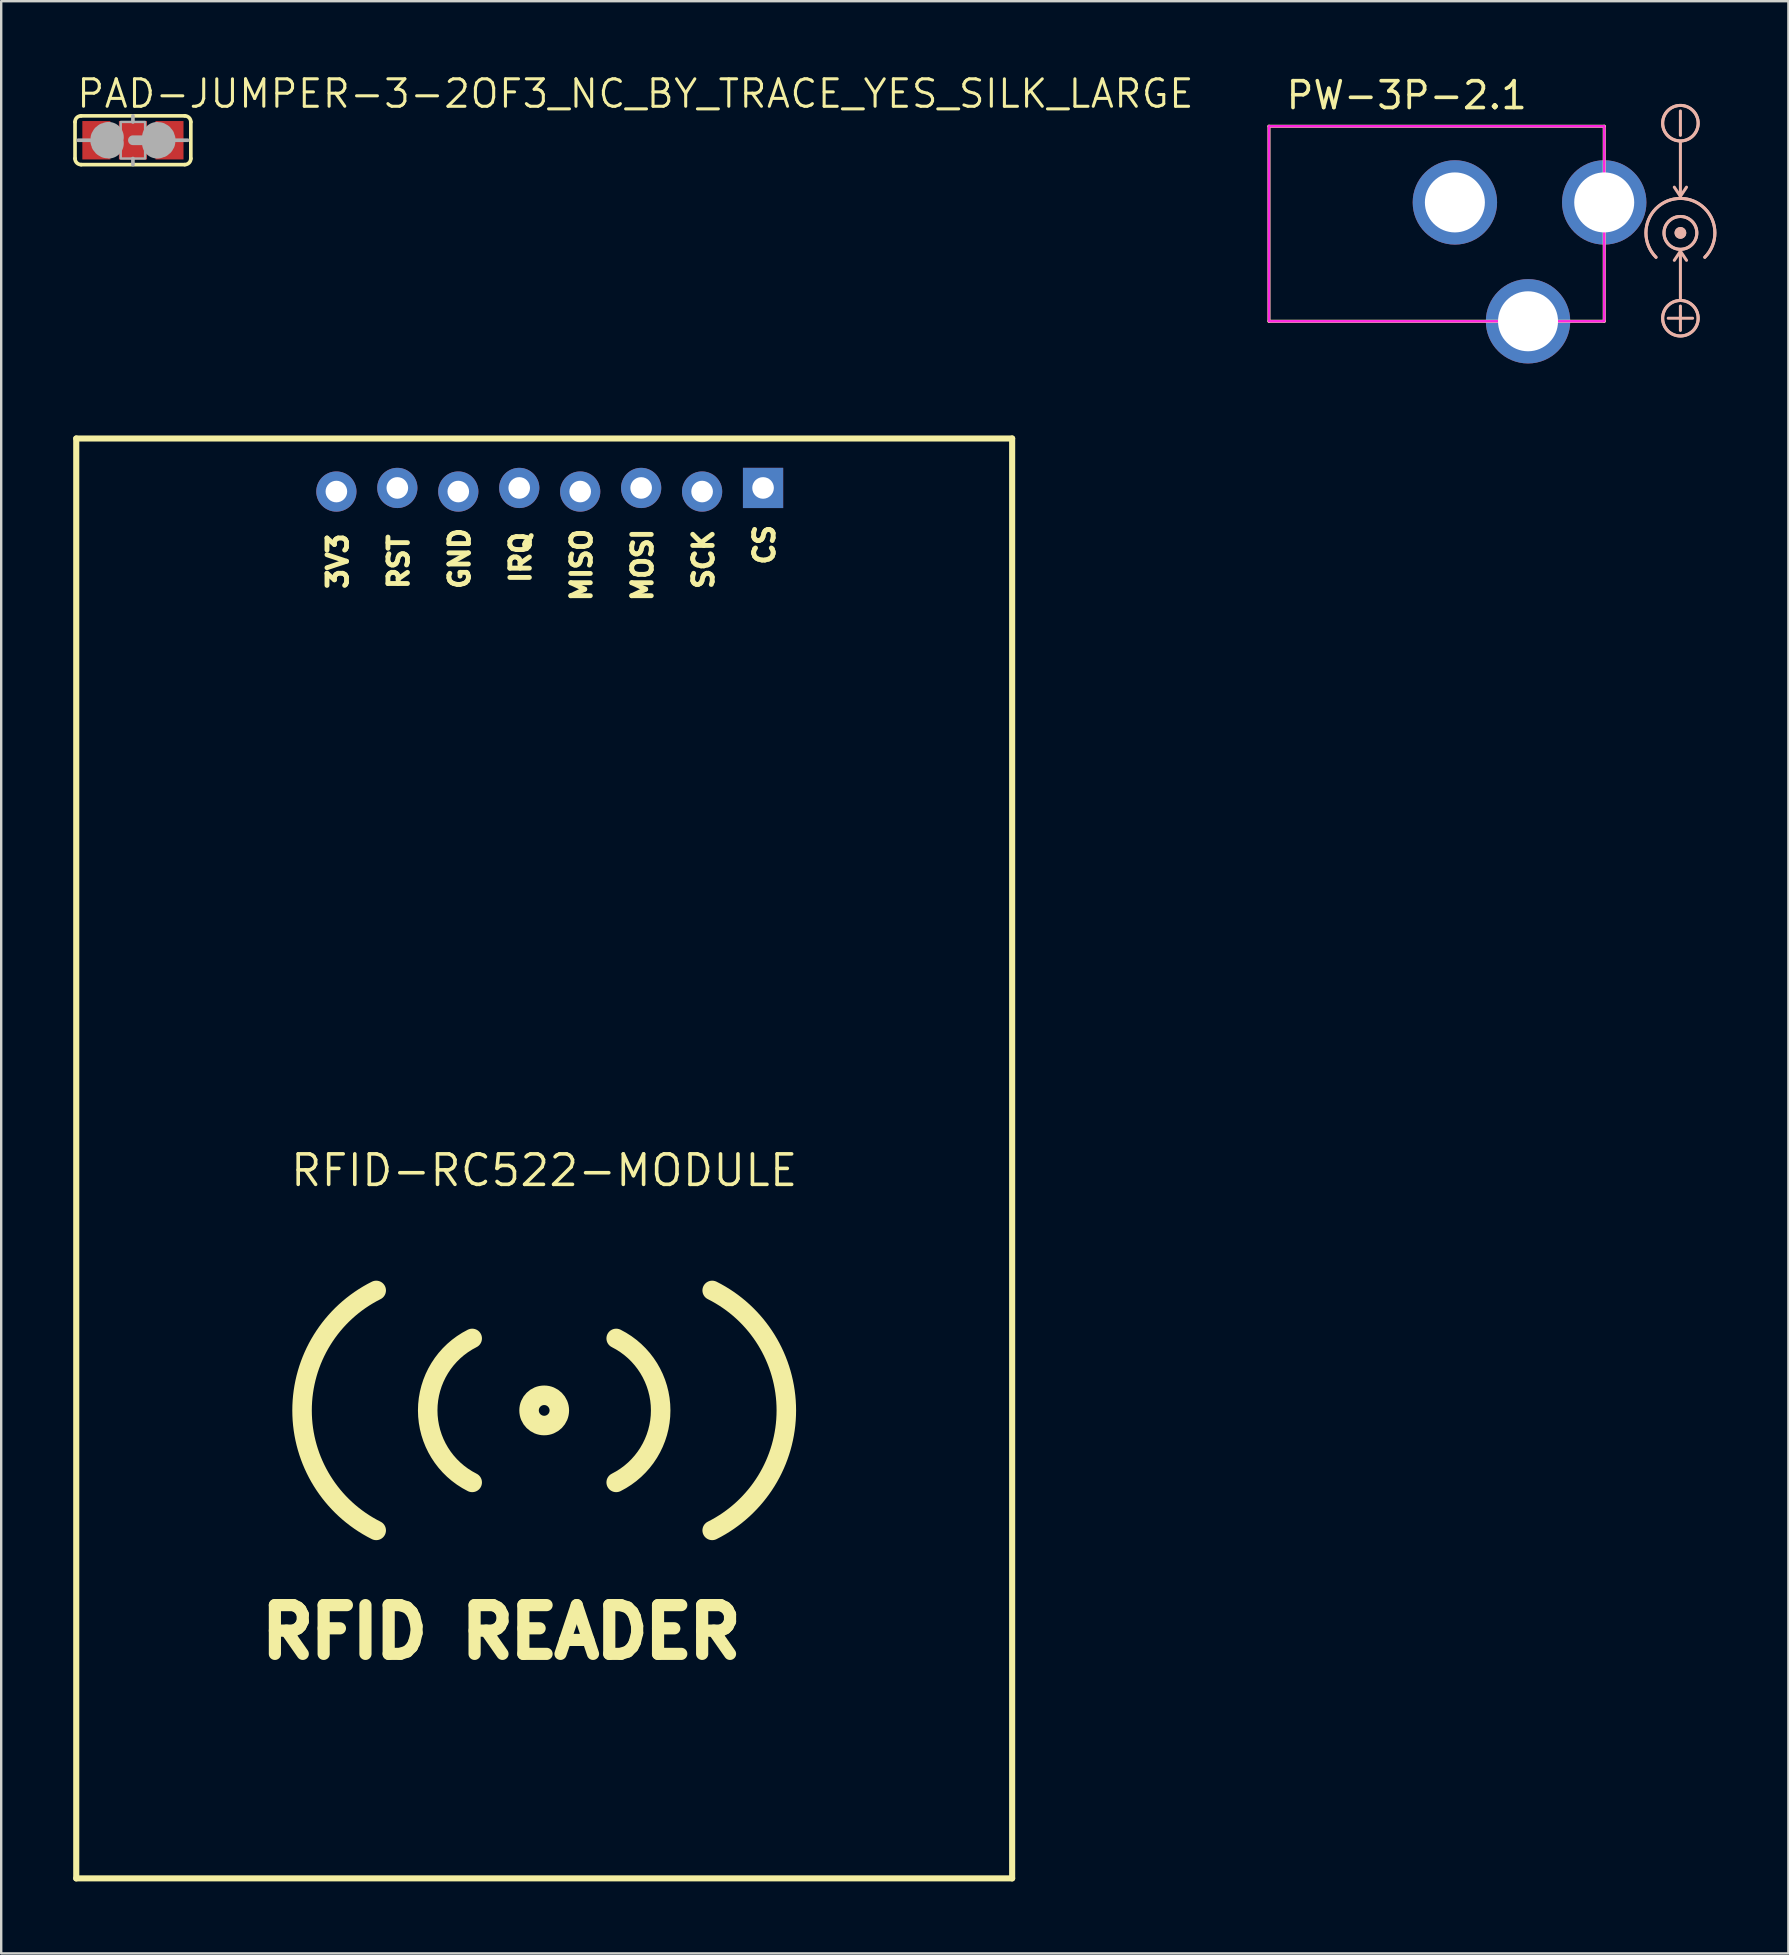
<source format=kicad_pcb>
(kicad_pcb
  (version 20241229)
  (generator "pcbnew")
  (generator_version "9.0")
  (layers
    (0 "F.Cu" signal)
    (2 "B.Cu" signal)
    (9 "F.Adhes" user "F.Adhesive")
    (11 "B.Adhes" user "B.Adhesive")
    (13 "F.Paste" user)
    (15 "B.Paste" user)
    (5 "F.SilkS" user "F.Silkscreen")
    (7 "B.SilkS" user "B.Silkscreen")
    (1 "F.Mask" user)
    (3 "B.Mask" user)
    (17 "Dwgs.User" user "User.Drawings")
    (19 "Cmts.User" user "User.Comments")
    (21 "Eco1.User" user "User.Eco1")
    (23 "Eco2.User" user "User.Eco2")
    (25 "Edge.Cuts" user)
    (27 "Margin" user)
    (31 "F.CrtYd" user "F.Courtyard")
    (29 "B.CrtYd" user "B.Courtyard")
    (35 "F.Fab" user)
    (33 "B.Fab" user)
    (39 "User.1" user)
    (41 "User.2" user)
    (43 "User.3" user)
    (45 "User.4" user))
  (footprint "PW-3P-2.1"
    (layer "F.Cu")
    (at 56.814 6.274)
    (property "Reference" "PW-3P-2.1" (at -6.35 -4.699 0) (unlocked yes) (layer "F.SilkS") (effects (font (size 1.118 1.118) (thickness 0.152)) (justify left bottom)))
    (fp_line (start -6.985 -4.064) (end 6.985 -4.064) (stroke (width 0.127) (type solid)) (layer "F.SilkS"))
    (fp_line (start -6.985 4.064) (end -6.985 -4.064) (stroke (width 0.127) (type solid)) (layer "F.SilkS"))
    (fp_line (start 6.985 -4.064) (end 6.985 4.064) (stroke (width 0.127) (type solid)) (layer "F.SilkS"))
    (fp_line (start 6.985 4.064) (end -6.985 4.064) (stroke (width 0.127) (type solid)) (layer "F.SilkS"))
    (fp_line (start 9.652 3.937) (end 10.668 3.937) (stroke (width 0.127) (type solid)) (layer "B.SilkS"))
    (fp_line (start 10.033 0.381) (end 10.16 0.508) (stroke (width 0.127) (type solid)) (layer "B.SilkS"))
    (fp_line (start 10.16 -3.683) (end 10.16 -4.699) (stroke (width 0.127) (type solid)) (layer "B.SilkS"))
    (fp_line (start 10.16 -1.143) (end 9.906 -1.524) (stroke (width 0.127) (type solid)) (layer "B.SilkS"))
    (fp_line (start 10.16 -1.143) (end 10.16 -3.429) (stroke (width 0.127) (type solid)) (layer "B.SilkS"))
    (fp_line (start 10.16 -1.143) (end 10.414 -1.524) (stroke (width 0.127) (type solid)) (layer "B.SilkS"))
    (fp_line (start 10.16 0.254) (end 10.033 0.381) (stroke (width 0.127) (type solid)) (layer "B.SilkS"))
    (fp_line (start 10.16 0.508) (end 10.16 0.254) (stroke (width 0.127) (type solid)) (layer "B.SilkS"))
    (fp_line (start 10.16 0.508) (end 10.287 0.381) (stroke (width 0.127) (type solid)) (layer "B.SilkS"))
    (fp_line (start 10.16 1.143) (end 9.906 1.524) (stroke (width 0.127) (type solid)) (layer "B.SilkS"))
    (fp_line (start 10.16 1.143) (end 10.16 3.175) (stroke (width 0.127) (type solid)) (layer "B.SilkS"))
    (fp_line (start 10.16 1.143) (end 10.414 1.524) (stroke (width 0.127) (type solid)) (layer "B.SilkS"))
    (fp_line (start 10.16 4.445) (end 10.16 3.429) (stroke (width 0.127) (type solid)) (layer "B.SilkS"))
    (fp_line (start 10.287 0.381) (end 10.16 0.254) (stroke (width 0.127) (type solid)) (layer "B.SilkS"))
    (fp_arc (start 9.144 1.397) (mid 10.16 -1.055841) (end 11.176 1.397) (stroke (width 0.127) (type solid)) (layer "B.SilkS"))
    (fp_arc (start 9.144 1.397) (mid 10.16 -1.055841) (end 11.176 1.397) (stroke (width 0.127) (type solid)) (layer "B.SilkS"))
    (fp_circle (center 10.16 -4.191) (end 10.9 -4.191) (stroke (width 0.127) (type solid)) (fill no) (layer "B.SilkS"))
    (fp_circle (center 10.16 -4.191) (end 10.9 -4.191) (stroke (width 0.127) (type solid)) (fill no) (layer "B.SilkS"))
    (fp_circle (center 10.16 0.381) (end 10.34 0.381) (stroke (width 0.127) (type solid)) (fill no) (layer "B.SilkS"))
    (fp_circle (center 10.16 0.381) (end 10.34 0.381) (stroke (width 0.127) (type solid)) (fill no) (layer "B.SilkS"))
    (fp_circle (center 10.16 0.381) (end 10.844 0.381) (stroke (width 0.127) (type solid)) (fill no) (layer "B.SilkS"))
    (fp_circle (center 10.16 0.381) (end 10.844 0.381) (stroke (width 0.127) (type solid)) (fill no) (layer "B.SilkS"))
    (fp_circle (center 10.16 3.937) (end 10.9 3.937) (stroke (width 0.127) (type solid)) (fill no) (layer "B.SilkS"))
    (fp_circle (center 10.16 3.937) (end 10.9 3.937) (stroke (width 0.127) (type solid)) (fill no) (layer "B.SilkS"))
    (fp_line (start -6.985 -4.064) (end 6.985 -4.064) (stroke (width 0.05) (type solid)) (layer "F.CrtYd"))
    (fp_poly (pts (xy -6.985 4.064) (xy 6.985 4.064) (xy 6.985 -4.064) (xy -6.985 -4.064)) (stroke (width 0.1) (type default)) (fill no) (layer "F.CrtYd"))
    (pad "+" thru_hole circle (at 6.985 -0.889 90) (size 3.516 3.516) (drill 2.5) (layers "*.Cu" "*.Mask"))
    (pad "-1" thru_hole circle (at 0.762 -0.889 90) (size 3.516 3.516) (drill 2.5) (layers "*.Cu" "*.Mask"))
    (pad "-2" thru_hole circle (at 3.81 4.064 180) (size 3.516 3.516) (drill 2.5) (layers "*.Cu" "*.Mask")))
  (footprint "RFID-RC522-MODULE"
    (layer "F.Cu")
    (at 19.627 45.723)
    (property "Reference" "RFID-RC522-MODULE" (at 0 0 0) (layer "F.SilkS") (effects (font (size 1.27 1.27) (thickness 0.15))))
    (fp_line (start -19.5 -30.5) (end -19.5 29.5) (stroke (width 0.254) (type solid)) (layer "F.SilkS"))
    (fp_line (start -19.5 29.5) (end 19.5 29.5) (stroke (width 0.254) (type solid)) (layer "F.SilkS"))
    (fp_line (start 19.5 -30.5) (end -19.5 -30.5) (stroke (width 0.254) (type solid)) (layer "F.SilkS"))
    (fp_line (start 19.5 29.5) (end 19.5 -30.5) (stroke (width 0.254) (type solid)) (layer "F.SilkS"))
    (fp_arc (start -7 15) (mid -10.09017 10) (end -7 5) (stroke (width 0.8128) (type solid)) (layer "F.SilkS"))
    (fp_arc (start -3 13) (mid -4.854102 10) (end -3 7) (stroke (width 0.8128) (type solid)) (layer "F.SilkS"))
    (fp_arc (start 3 7) (mid 4.854102 10) (end 3 13) (stroke (width 0.8128) (type solid)) (layer "F.SilkS"))
    (fp_arc (start 7 5) (mid 10.09017 10) (end 7 15) (stroke (width 0.8128) (type solid)) (layer "F.SilkS"))
    (fp_circle (center 0 10) (end 0.224 10) (stroke (width 0.813) (type solid)) (fill no) (layer "F.SilkS"))
    (fp_text user "CS" (at 9.652 -25.146 90) (unlocked yes) (layer "F.SilkS") (effects (font (size 0.813 0.813) (thickness 0.203)) (justify left bottom)))
    (fp_text user "SCK" (at 7.112 -24.13 90) (unlocked yes) (layer "F.SilkS") (effects (font (size 0.813 0.813) (thickness 0.203)) (justify left bottom)))
    (fp_text user "GND" (at -3.048 -24.13 90) (unlocked yes) (layer "F.SilkS") (effects (font (size 0.813 0.813) (thickness 0.203)) (justify left bottom)))
    (fp_text user "MOSI" (at 4.572 -23.622 90) (unlocked yes) (layer "F.SilkS") (effects (font (size 0.813 0.813) (thickness 0.203)) (justify left bottom)))
    (fp_text user "MISO" (at 2.032 -23.622 90) (unlocked yes) (layer "F.SilkS") (effects (font (size 0.813 0.813) (thickness 0.203)) (justify left bottom)))
    (fp_text user "3V3" (at -8.128 -24.13 90) (unlocked yes) (layer "F.SilkS") (effects (font (size 0.813 0.813) (thickness 0.203)) (justify left bottom)))
    (fp_text user "IRQ" (at -0.508 -24.384 90) (unlocked yes) (layer "F.SilkS") (effects (font (size 0.813 0.813) (thickness 0.203)) (justify left bottom)))
    (fp_text user "RFID READER" (at -12.04 20.42 0) (unlocked yes) (layer "F.SilkS") (effects (font (size 2.032 2.032) (thickness 0.508)) (justify left bottom)))
    (fp_text user "RST" (at -5.588 -24.13 90) (unlocked yes) (layer "F.SilkS") (effects (font (size 0.813 0.813) (thickness 0.203)) (justify left bottom)))
    (pad "P$1" thru_hole rect (at 9.12 -28.44) (size 1.676 1.676) (drill 0.9) (layers "*.Cu" "*.Mask"))
    (pad "P$2" thru_hole circle (at 6.58 -28.29) (size 1.676 1.676) (drill 0.9) (layers "*.Cu" "*.Mask"))
    (pad "P$3" thru_hole circle (at 4.04 -28.44) (size 1.676 1.676) (drill 0.9) (layers "*.Cu" "*.Mask"))
    (pad "P$4" thru_hole circle (at 1.5 -28.29) (size 1.676 1.676) (drill 0.9) (layers "*.Cu" "*.Mask"))
    (pad "P$5" thru_hole circle (at -1.04 -28.44) (size 1.676 1.676) (drill 0.9) (layers "*.Cu" "*.Mask"))
    (pad "P$6" thru_hole circle (at -3.58 -28.29) (size 1.676 1.676) (drill 0.9) (layers "*.Cu" "*.Mask"))
    (pad "P$7" thru_hole circle (at -6.12 -28.44) (size 1.676 1.676) (drill 0.9) (layers "*.Cu" "*.Mask"))
    (pad "P$8" thru_hole circle (at -8.66 -28.29) (size 1.676 1.676) (drill 0.9) (layers "*.Cu" "*.Mask")))
  (footprint "PAD-JUMPER-3-2OF3_NC_BY_TRACE_YES_SILK_LARGE"
    (layer "F.Cu")
    (at 2.489 2.794)
    (property "Reference" "PAD-JUMPER-3-2OF3_NC_BY_TRACE_YES_SILK_LARGE" (at -2.413 -1.27 0) (unlocked yes) (layer "F.SilkS") (effects (font (size 1.143 1.143) (thickness 0.127)) (justify left bottom)))
    (fp_line (start 0 0) (end 1.27 0) (stroke (width 0.406) (type solid)) (layer "F.Cu"))
    (fp_line (start -2.413 0.762) (end -2.413 -0.762) (stroke (width 0.152) (type solid)) (layer "F.SilkS"))
    (fp_line (start -2.159 -1.016) (end 2.159 -1.016) (stroke (width 0.152) (type solid)) (layer "F.SilkS"))
    (fp_line (start 2.159 1.016) (end -2.159 1.016) (stroke (width 0.152) (type solid)) (layer "F.SilkS"))
    (fp_line (start 2.413 0.762) (end 2.413 -0.762) (stroke (width 0.152) (type solid)) (layer "F.SilkS"))
    (fp_arc (start -2.413 -0.762) (mid -2.338605 -0.941605) (end -2.159 -1.016) (stroke (width 0.1524) (type solid)) (layer "F.SilkS"))
    (fp_arc (start -2.159 1.016) (mid -2.338605 0.941605) (end -2.413 0.762) (stroke (width 0.1524) (type solid)) (layer "F.SilkS"))
    (fp_arc (start 2.159 -1.016) (mid 2.338605 -0.941605) (end 2.413 -0.762) (stroke (width 0.1524) (type solid)) (layer "F.SilkS"))
    (fp_arc (start 2.413 0.762) (mid 2.338605 0.941605) (end 2.159 1.016) (stroke (width 0.1524) (type solid)) (layer "F.SilkS"))
    (fp_line (start -1.778 0) (end -2.286 0) (stroke (width 0.152) (type solid)) (layer "F.Fab"))
    (fp_line (start 0 -0.762) (end 0 -1.016) (stroke (width 0.152) (type solid)) (layer "F.Fab"))
    (fp_line (start 0 0) (end 1.27 0) (stroke (width 0.406) (type solid)) (layer "F.Fab"))
    (fp_line (start 0 1.016) (end 0 0.762) (stroke (width 0.152) (type solid)) (layer "F.Fab"))
    (fp_line (start 1.778 0) (end 2.286 0) (stroke (width 0.152) (type solid)) (layer "F.Fab"))
    (fp_arc (start -1.016 0.127) (mid -1.143 0) (end -1.016 -0.127) (stroke (width 1.27) (type solid)) (layer "F.Fab"))
    (fp_arc (start 1.016 -0.127) (mid 1.143 0) (end 1.016 0.127) (stroke (width 1.27) (type solid)) (layer "F.Fab"))
    (fp_poly (pts (xy -0.508 0.762) (xy 0.508 0.762) (xy 0.508 -0.762) (xy -0.508 -0.762)) (stroke (width 0.1) (type default)) (fill no) (layer "F.Fab"))
    (pad "1" smd rect (at -1.524 0) (size 1.168 1.6) (layers "F.Cu" "F.Mask" "F.Paste"))
    (pad "2" smd rect (at 0 0) (size 1.168 1.6) (layers "F.Cu" "F.Mask" "F.Paste"))
    (pad "3" smd rect (at 1.524 0) (size 1.168 1.6) (layers "F.Cu" "F.Mask" "F.Paste")))
  (gr_rect
    (start -3 -3)
    (end 71.474 78.35)
    (stroke (width 0.1) (type default))
    (fill no)
    (layer "Edge.Cuts")))
</source>
